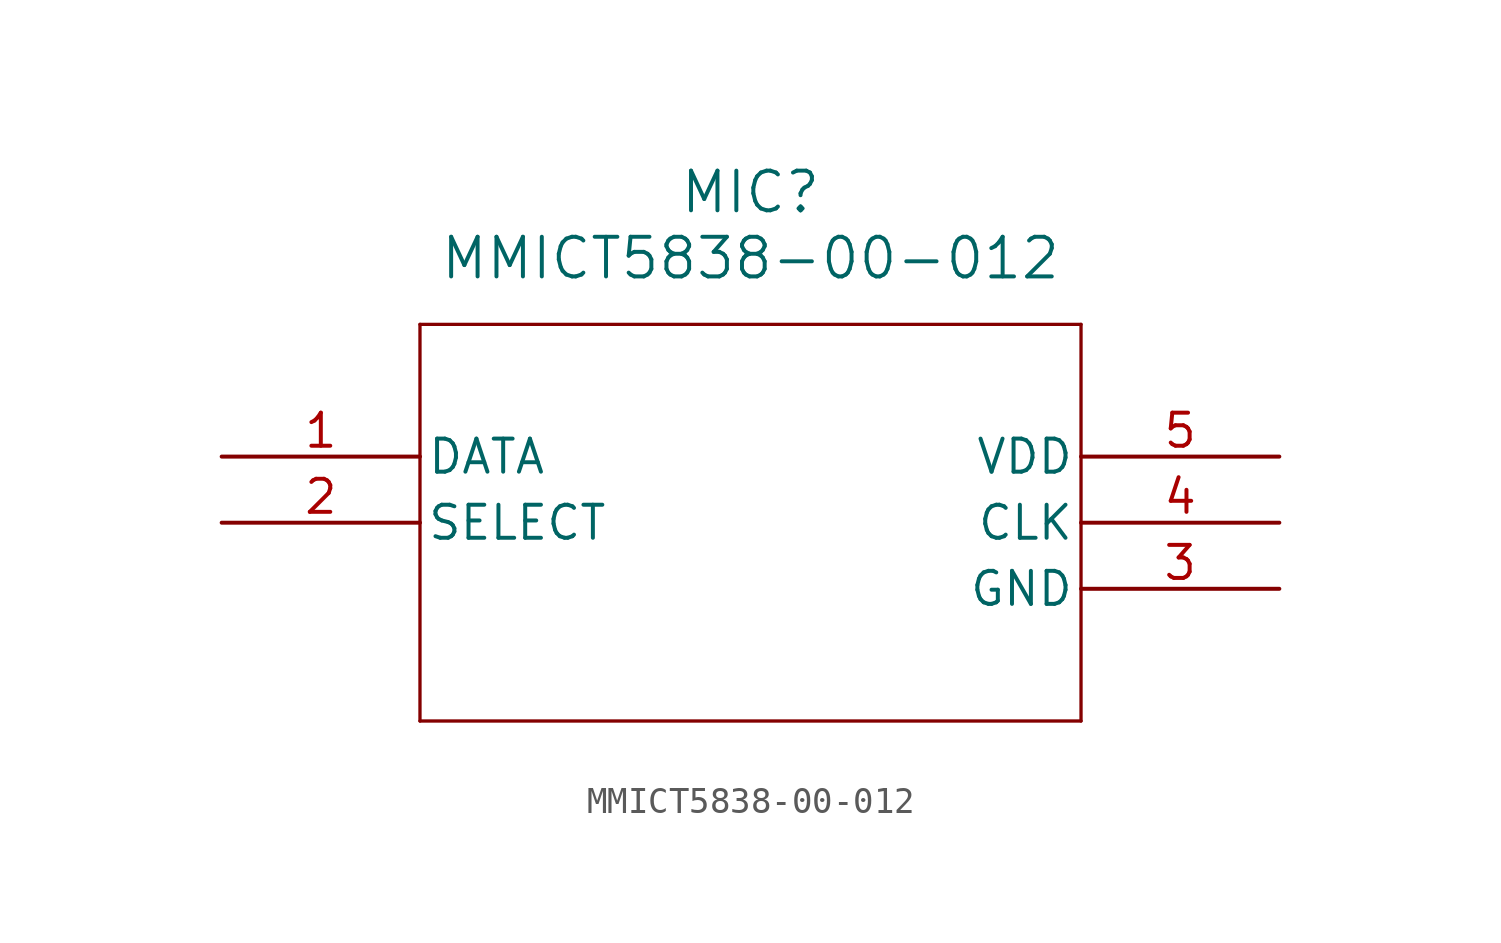
<source format=kicad_sym>
(kicad_symbol_lib
  (version 20211014)
  (generator kicad_symbol_editor)
  (symbol "MMICT5838-00-012"
    (pin_names
      (offset 0.254))
    (property "Reference" "MIC"
      (at 20.32 10.16 0)
      (effects (font (size 1.524 1.524))))
    (property "Value" "MMICT5838-00-012"
      (at 20.32 7.62 0)
      (effects (font (size 1.524 1.524))))
    (symbol "MMICT5838-00-012_0_1"
      (polyline (pts (xy 7.62 5.08) (xy 7.62 -10.16)) (stroke (width 0.127) (type default) (color 0 0 0 0)) (fill (type none)))
      (polyline (pts (xy 7.62 -10.16) (xy 33.02 -10.16)) (stroke (width 0.127) (type default) (color 0 0 0 0)) (fill (type none)))
      (polyline (pts (xy 33.02 -10.16) (xy 33.02 5.08)) (stroke (width 0.127) (type default) (color 0 0 0 0)) (fill (type none)))
      (polyline (pts (xy 33.02 5.08) (xy 7.62 5.08)) (stroke (width 0.127) (type default) (color 0 0 0 0)) (fill (type none)))
      (pin output line (at 0 0 0) (length 7.62) (name "DATA" (effects (font (size 1.27 1.27)))) (number "1" (effects (font (size 1.27 1.27)))))
      (pin unspecified line (at 0 -2.54 0) (length 7.62) (name "SELECT" (effects (font (size 1.27 1.27)))) (number "2" (effects (font (size 1.27 1.27)))))
      (pin power_out line (at 40.64 -5.08 180) (length 7.62) (name "GND" (effects (font (size 1.27 1.27)))) (number "3" (effects (font (size 1.27 1.27)))))
      (pin input line (at 40.64 -2.54 180) (length 7.62) (name "CLK" (effects (font (size 1.27 1.27)))) (number "4" (effects (font (size 1.27 1.27)))))
      (pin power_in line (at 40.64 0 180) (length 7.62) (name "VDD" (effects (font (size 1.27 1.27)))) (number "5" (effects (font (size 1.27 1.27))))))))
</source>
